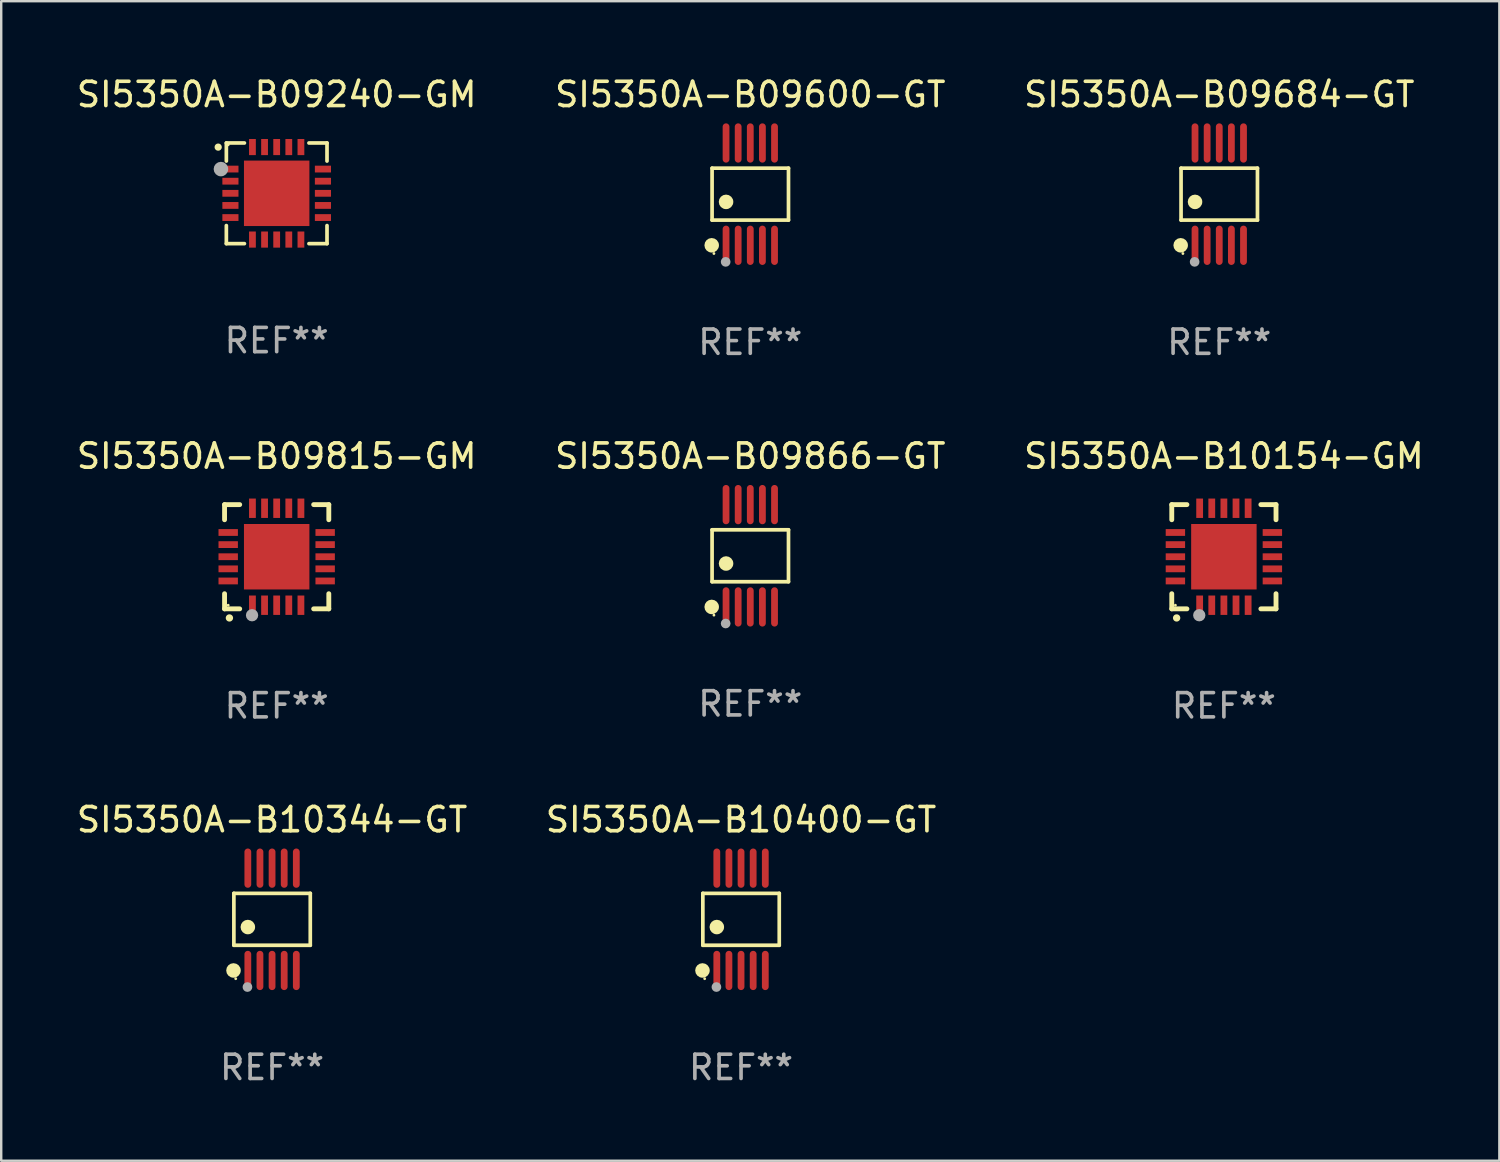
<source format=kicad_pcb>
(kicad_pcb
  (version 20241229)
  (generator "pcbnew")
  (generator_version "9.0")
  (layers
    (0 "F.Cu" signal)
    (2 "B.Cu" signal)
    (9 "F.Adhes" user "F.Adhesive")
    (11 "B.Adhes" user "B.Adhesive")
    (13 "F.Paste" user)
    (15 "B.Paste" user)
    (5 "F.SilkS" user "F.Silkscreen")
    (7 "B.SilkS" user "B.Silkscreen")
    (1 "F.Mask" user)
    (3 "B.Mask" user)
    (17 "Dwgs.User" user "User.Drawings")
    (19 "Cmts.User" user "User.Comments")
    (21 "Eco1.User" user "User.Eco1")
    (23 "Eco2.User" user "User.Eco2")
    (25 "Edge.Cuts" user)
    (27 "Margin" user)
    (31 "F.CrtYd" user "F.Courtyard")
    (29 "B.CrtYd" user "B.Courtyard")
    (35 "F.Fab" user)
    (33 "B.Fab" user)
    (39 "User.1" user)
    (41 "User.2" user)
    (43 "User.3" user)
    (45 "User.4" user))
  (footprint "SI5350A-B09240-GM"
    (layer "F.Cu")
    (at 8.363 4.924)
    (property "Reference" "SI5350A-B09240-GM" (at 0 -4.076 0) (layer "F.SilkS") (effects (font (size 1 1) (thickness 0.15))))
    (attr through_hole)
    (fp_line (start -2.076 -2.076) (end -2.076 -1.331) (stroke (width 0.152) (type solid)) (layer "F.SilkS"))
    (fp_line (start -2.076 2.076) (end -2.076 1.331) (stroke (width 0.152) (type solid)) (layer "F.SilkS"))
    (fp_line (start -1.331 -2.076) (end -2.076 -2.076) (stroke (width 0.152) (type solid)) (layer "F.SilkS"))
    (fp_line (start -1.331 2.076) (end -2.076 2.076) (stroke (width 0.152) (type solid)) (layer "F.SilkS"))
    (fp_line (start 1.331 -2.076) (end 2.076 -2.076) (stroke (width 0.152) (type solid)) (layer "F.SilkS"))
    (fp_line (start 1.331 2.076) (end 2.076 2.076) (stroke (width 0.152) (type solid)) (layer "F.SilkS"))
    (fp_line (start 2.076 -2.076) (end 2.076 -1.331) (stroke (width 0.152) (type solid)) (layer "F.SilkS"))
    (fp_line (start 2.076 2.076) (end 2.076 1.331) (stroke (width 0.152) (type solid)) (layer "F.SilkS"))
    (fp_circle (center -2.413 -1.905) (end -2.338 -1.905) (stroke (width 0.15) (type solid)) (fill no) (layer "F.SilkS"))
    (fp_circle (center -2 -2) (end -1.97 -2) (stroke (width 0.06) (type solid)) (fill no) (layer "F.SilkS"))
    (fp_circle (center -2.3 -1) (end -2.15 -1) (stroke (width 0.3) (type solid)) (fill no) (layer "F.Fab"))
    (fp_text user "REF**" (at 0 6.076 0) (layer "F.Fab") (effects (font (size 1 1) (thickness 0.15))))
    (pad "1" smd rect (at -1.908 -1) (size 0.665 0.28) (layers "F.Cu" "F.Mask" "F.Paste"))
    (pad "2" smd rect (at -1.908 -0.5) (size 0.665 0.28) (layers "F.Cu" "F.Mask" "F.Paste"))
    (pad "3" smd rect (at -1.908 0) (size 0.665 0.28) (layers "F.Cu" "F.Mask" "F.Paste"))
    (pad "4" smd rect (at -1.908 0.5) (size 0.665 0.28) (layers "F.Cu" "F.Mask" "F.Paste"))
    (pad "5" smd rect (at -1.908 1) (size 0.665 0.28) (layers "F.Cu" "F.Mask" "F.Paste"))
    (pad "6" smd rect (at -1 1.908) (size 0.28 0.665) (layers "F.Cu" "F.Mask" "F.Paste"))
    (pad "7" smd rect (at -0.5 1.908) (size 0.28 0.665) (layers "F.Cu" "F.Mask" "F.Paste"))
    (pad "8" smd rect (at 0 1.908) (size 0.28 0.665) (layers "F.Cu" "F.Mask" "F.Paste"))
    (pad "9" smd rect (at 0.5 1.908) (size 0.28 0.665) (layers "F.Cu" "F.Mask" "F.Paste"))
    (pad "10" smd rect (at 1 1.908) (size 0.28 0.665) (layers "F.Cu" "F.Mask" "F.Paste"))
    (pad "11" smd rect (at 1.908 1) (size 0.665 0.28) (layers "F.Cu" "F.Mask" "F.Paste"))
    (pad "12" smd rect (at 1.908 0.5) (size 0.665 0.28) (layers "F.Cu" "F.Mask" "F.Paste"))
    (pad "13" smd rect (at 1.908 0) (size 0.665 0.28) (layers "F.Cu" "F.Mask" "F.Paste"))
    (pad "14" smd rect (at 1.908 -0.5) (size 0.665 0.28) (layers "F.Cu" "F.Mask" "F.Paste"))
    (pad "15" smd rect (at 1.908 -1) (size 0.665 0.28) (layers "F.Cu" "F.Mask" "F.Paste"))
    (pad "16" smd rect (at 1 -1.908) (size 0.28 0.665) (layers "F.Cu" "F.Mask" "F.Paste"))
    (pad "17" smd rect (at 0.5 -1.908) (size 0.28 0.665) (layers "F.Cu" "F.Mask" "F.Paste"))
    (pad "18" smd rect (at 0 -1.908) (size 0.28 0.665) (layers "F.Cu" "F.Mask" "F.Paste"))
    (pad "19" smd rect (at -0.5 -1.908) (size 0.28 0.665) (layers "F.Cu" "F.Mask" "F.Paste"))
    (pad "20" smd rect (at -1 -1.908) (size 0.28 0.665) (layers "F.Cu" "F.Mask" "F.Paste"))
    (pad "21" smd rect (at 0 0) (size 2.7 2.7) (layers "F.Cu" "F.Mask" "F.Paste")))
  (footprint "SI5350A-B10344-GT"
    (layer "F.Cu")
    (at 8.173 34.871)
    (property "Reference" "SI5350A-B10344-GT" (at 0 -4.11 0) (layer "F.SilkS") (effects (font (size 1 1) (thickness 0.15))))
    (attr through_hole)
    (fp_line (start -1.576 -1.071) (end 1.576 -1.071) (stroke (width 0.152) (type solid)) (layer "F.SilkS"))
    (fp_line (start -1.576 1.071) (end -1.576 -1.071) (stroke (width 0.152) (type solid)) (layer "F.SilkS"))
    (fp_line (start 1.576 -1.071) (end 1.576 1.071) (stroke (width 0.152) (type solid)) (layer "F.SilkS"))
    (fp_line (start 1.576 1.071) (end -1.576 1.071) (stroke (width 0.152) (type solid)) (layer "F.SilkS"))
    (fp_circle (center -1.592 2.11) (end -1.442 2.11) (stroke (width 0.3) (type solid)) (fill no) (layer "F.SilkS"))
    (fp_circle (center -1.5 2.45) (end -1.47 2.45) (stroke (width 0.06) (type solid)) (fill no) (layer "F.SilkS"))
    (fp_circle (center -1 0.319) (end -0.85 0.319) (stroke (width 0.3) (type solid)) (fill no) (layer "F.SilkS"))
    (fp_circle (center -1.016 2.794) (end -0.916 2.794) (stroke (width 0.2) (type solid)) (fill no) (layer "F.Fab"))
    (fp_text user "REF**" (at 0 6.11 0) (layer "F.Fab") (effects (font (size 1 1) (thickness 0.15))))
    (pad "1" smd oval (at -1 2.11) (size 0.28 1.62) (layers "F.Cu" "F.Mask" "F.Paste"))
    (pad "2" smd oval (at -0.5 2.11) (size 0.28 1.62) (layers "F.Cu" "F.Mask" "F.Paste"))
    (pad "3" smd oval (at 0 2.11) (size 0.28 1.62) (layers "F.Cu" "F.Mask" "F.Paste"))
    (pad "4" smd oval (at 0.5 2.11) (size 0.28 1.62) (layers "F.Cu" "F.Mask" "F.Paste"))
    (pad "5" smd oval (at 1 2.11) (size 0.28 1.62) (layers "F.Cu" "F.Mask" "F.Paste"))
    (pad "6" smd oval (at 1 -2.11) (size 0.28 1.62) (layers "F.Cu" "F.Mask" "F.Paste"))
    (pad "7" smd oval (at 0.5 -2.11) (size 0.28 1.62) (layers "F.Cu" "F.Mask" "F.Paste"))
    (pad "8" smd oval (at 0 -2.11) (size 0.28 1.62) (layers "F.Cu" "F.Mask" "F.Paste"))
    (pad "9" smd oval (at -0.5 -2.11) (size 0.28 1.62) (layers "F.Cu" "F.Mask" "F.Paste"))
    (pad "10" smd oval (at -1 -2.11) (size 0.28 1.62) (layers "F.Cu" "F.Mask" "F.Paste")))
  (footprint "SI5350A-B10400-GT"
    (layer "F.Cu")
    (at 27.518 34.871)
    (property "Reference" "SI5350A-B10400-GT" (at 0 -4.11 0) (layer "F.SilkS") (effects (font (size 1 1) (thickness 0.15))))
    (attr through_hole)
    (fp_line (start -1.576 -1.071) (end 1.576 -1.071) (stroke (width 0.152) (type solid)) (layer "F.SilkS"))
    (fp_line (start -1.576 1.071) (end -1.576 -1.071) (stroke (width 0.152) (type solid)) (layer "F.SilkS"))
    (fp_line (start 1.576 -1.071) (end 1.576 1.071) (stroke (width 0.152) (type solid)) (layer "F.SilkS"))
    (fp_line (start 1.576 1.071) (end -1.576 1.071) (stroke (width 0.152) (type solid)) (layer "F.SilkS"))
    (fp_circle (center -1.592 2.11) (end -1.442 2.11) (stroke (width 0.3) (type solid)) (fill no) (layer "F.SilkS"))
    (fp_circle (center -1.5 2.45) (end -1.47 2.45) (stroke (width 0.06) (type solid)) (fill no) (layer "F.SilkS"))
    (fp_circle (center -1 0.319) (end -0.85 0.319) (stroke (width 0.3) (type solid)) (fill no) (layer "F.SilkS"))
    (fp_circle (center -1.016 2.794) (end -0.916 2.794) (stroke (width 0.2) (type solid)) (fill no) (layer "F.Fab"))
    (fp_text user "REF**" (at 0 6.11 0) (layer "F.Fab") (effects (font (size 1 1) (thickness 0.15))))
    (pad "1" smd oval (at -1 2.11) (size 0.28 1.62) (layers "F.Cu" "F.Mask" "F.Paste"))
    (pad "2" smd oval (at -0.5 2.11) (size 0.28 1.62) (layers "F.Cu" "F.Mask" "F.Paste"))
    (pad "3" smd oval (at 0 2.11) (size 0.28 1.62) (layers "F.Cu" "F.Mask" "F.Paste"))
    (pad "4" smd oval (at 0.5 2.11) (size 0.28 1.62) (layers "F.Cu" "F.Mask" "F.Paste"))
    (pad "5" smd oval (at 1 2.11) (size 0.28 1.62) (layers "F.Cu" "F.Mask" "F.Paste"))
    (pad "6" smd oval (at 1 -2.11) (size 0.28 1.62) (layers "F.Cu" "F.Mask" "F.Paste"))
    (pad "7" smd oval (at 0.5 -2.11) (size 0.28 1.62) (layers "F.Cu" "F.Mask" "F.Paste"))
    (pad "8" smd oval (at 0 -2.11) (size 0.28 1.62) (layers "F.Cu" "F.Mask" "F.Paste"))
    (pad "9" smd oval (at -0.5 -2.11) (size 0.28 1.62) (layers "F.Cu" "F.Mask" "F.Paste"))
    (pad "10" smd oval (at -1 -2.11) (size 0.28 1.62) (layers "F.Cu" "F.Mask" "F.Paste")))
  (footprint "SI5350A-B09815-GM"
    (layer "F.Cu")
    (at 8.363 19.915)
    (property "Reference" "SI5350A-B09815-GM" (at 0 -4.15 0) (layer "F.SilkS") (effects (font (size 1 1) (thickness 0.15))))
    (attr through_hole)
    (fp_line (start -2.15 -2.15) (end -2.15 -1.525) (stroke (width 0.2) (type solid)) (layer "F.SilkS"))
    (fp_line (start -2.15 2.15) (end -2.15 1.525) (stroke (width 0.2) (type solid)) (layer "F.SilkS"))
    (fp_line (start -1.525 -2.15) (end -2.15 -2.15) (stroke (width 0.2) (type solid)) (layer "F.SilkS"))
    (fp_line (start -1.525 2.15) (end -2.15 2.15) (stroke (width 0.2) (type solid)) (layer "F.SilkS"))
    (fp_line (start 1.525 2.15) (end 2.15 2.15) (stroke (width 0.2) (type solid)) (layer "F.SilkS"))
    (fp_line (start 2.15 -2.15) (end 1.525 -2.15) (stroke (width 0.2) (type solid)) (layer "F.SilkS"))
    (fp_line (start 2.15 -1.525) (end 2.15 -2.15) (stroke (width 0.2) (type solid)) (layer "F.SilkS"))
    (fp_line (start 2.15 2.15) (end 2.15 1.525) (stroke (width 0.2) (type solid)) (layer "F.SilkS"))
    (fp_arc (start -1.950724 2.524765) (mid -1.949454 2.52476) (end -1.948184 2.524765) (stroke (width 0.3) (type solid)) (layer "F.SilkS"))
    (fp_circle (center -2 2) (end -1.97 2) (stroke (width 0.06) (type solid)) (fill no) (layer "F.SilkS"))
    (fp_circle (center -1.016 2.413) (end -0.889 2.413) (stroke (width 0.254) (type solid)) (fill no) (layer "F.Fab"))
    (fp_text user "REF**" (at 0 6.15 0) (layer "F.Fab") (effects (font (size 1 1) (thickness 0.15))))
    (pad "1" smd rect (at -1 2) (size 0.28 0.8) (layers "F.Cu" "F.Mask" "F.Paste"))
    (pad "2" smd rect (at -0.5 2) (size 0.28 0.8) (layers "F.Cu" "F.Mask" "F.Paste"))
    (pad "3" smd rect (at 0 2) (size 0.28 0.8) (layers "F.Cu" "F.Mask" "F.Paste"))
    (pad "4" smd rect (at 0.5 2) (size 0.28 0.8) (layers "F.Cu" "F.Mask" "F.Paste"))
    (pad "5" smd rect (at 1 2) (size 0.28 0.8) (layers "F.Cu" "F.Mask" "F.Paste"))
    (pad "6" smd rect (at 2 1) (size 0.8 0.28) (layers "F.Cu" "F.Mask" "F.Paste"))
    (pad "7" smd rect (at 2 0.5) (size 0.8 0.28) (layers "F.Cu" "F.Mask" "F.Paste"))
    (pad "8" smd rect (at 2 0) (size 0.8 0.28) (layers "F.Cu" "F.Mask" "F.Paste"))
    (pad "9" smd rect (at 2 -0.5) (size 0.8 0.28) (layers "F.Cu" "F.Mask" "F.Paste"))
    (pad "10" smd rect (at 2 -1) (size 0.8 0.28) (layers "F.Cu" "F.Mask" "F.Paste"))
    (pad "11" smd rect (at 1 -2) (size 0.28 0.8) (layers "F.Cu" "F.Mask" "F.Paste"))
    (pad "12" smd rect (at 0.5 -2) (size 0.28 0.8) (layers "F.Cu" "F.Mask" "F.Paste"))
    (pad "13" smd rect (at 0 -2) (size 0.28 0.8) (layers "F.Cu" "F.Mask" "F.Paste"))
    (pad "14" smd rect (at -0.5 -2) (size 0.28 0.8) (layers "F.Cu" "F.Mask" "F.Paste"))
    (pad "15" smd rect (at -1 -2) (size 0.28 0.8) (layers "F.Cu" "F.Mask" "F.Paste"))
    (pad "16" smd rect (at -2 -1) (size 0.8 0.28) (layers "F.Cu" "F.Mask" "F.Paste"))
    (pad "17" smd rect (at -2 -0.5) (size 0.8 0.28) (layers "F.Cu" "F.Mask" "F.Paste"))
    (pad "18" smd rect (at -2 0) (size 0.8 0.28) (layers "F.Cu" "F.Mask" "F.Paste"))
    (pad "19" smd rect (at -2 0.5) (size 0.8 0.28) (layers "F.Cu" "F.Mask" "F.Paste"))
    (pad "20" smd rect (at -2 1) (size 0.8 0.28) (layers "F.Cu" "F.Mask" "F.Paste"))
    (pad "21" smd rect (at 0 0) (size 2.7 2.7) (layers "F.Cu" "F.Mask" "F.Paste")))
  (footprint "SI5350A-B09866-GT"
    (layer "F.Cu")
    (at 27.899 19.875)
    (property "Reference" "SI5350A-B09866-GT" (at 0 -4.11 0) (layer "F.SilkS") (effects (font (size 1 1) (thickness 0.15))))
    (attr through_hole)
    (fp_line (start -1.576 -1.071) (end 1.576 -1.071) (stroke (width 0.152) (type solid)) (layer "F.SilkS"))
    (fp_line (start -1.576 1.071) (end -1.576 -1.071) (stroke (width 0.152) (type solid)) (layer "F.SilkS"))
    (fp_line (start 1.576 -1.071) (end 1.576 1.071) (stroke (width 0.152) (type solid)) (layer "F.SilkS"))
    (fp_line (start 1.576 1.071) (end -1.576 1.071) (stroke (width 0.152) (type solid)) (layer "F.SilkS"))
    (fp_circle (center -1.592 2.11) (end -1.442 2.11) (stroke (width 0.3) (type solid)) (fill no) (layer "F.SilkS"))
    (fp_circle (center -1.5 2.45) (end -1.47 2.45) (stroke (width 0.06) (type solid)) (fill no) (layer "F.SilkS"))
    (fp_circle (center -1 0.319) (end -0.85 0.319) (stroke (width 0.3) (type solid)) (fill no) (layer "F.SilkS"))
    (fp_circle (center -1.016 2.794) (end -0.916 2.794) (stroke (width 0.2) (type solid)) (fill no) (layer "F.Fab"))
    (fp_text user "REF**" (at 0 6.11 0) (layer "F.Fab") (effects (font (size 1 1) (thickness 0.15))))
    (pad "1" smd oval (at -1 2.11) (size 0.28 1.62) (layers "F.Cu" "F.Mask" "F.Paste"))
    (pad "2" smd oval (at -0.5 2.11) (size 0.28 1.62) (layers "F.Cu" "F.Mask" "F.Paste"))
    (pad "3" smd oval (at 0 2.11) (size 0.28 1.62) (layers "F.Cu" "F.Mask" "F.Paste"))
    (pad "4" smd oval (at 0.5 2.11) (size 0.28 1.62) (layers "F.Cu" "F.Mask" "F.Paste"))
    (pad "5" smd oval (at 1 2.11) (size 0.28 1.62) (layers "F.Cu" "F.Mask" "F.Paste"))
    (pad "6" smd oval (at 1 -2.11) (size 0.28 1.62) (layers "F.Cu" "F.Mask" "F.Paste"))
    (pad "7" smd oval (at 0.5 -2.11) (size 0.28 1.62) (layers "F.Cu" "F.Mask" "F.Paste"))
    (pad "8" smd oval (at 0 -2.11) (size 0.28 1.62) (layers "F.Cu" "F.Mask" "F.Paste"))
    (pad "9" smd oval (at -0.5 -2.11) (size 0.28 1.62) (layers "F.Cu" "F.Mask" "F.Paste"))
    (pad "10" smd oval (at -1 -2.11) (size 0.28 1.62) (layers "F.Cu" "F.Mask" "F.Paste")))
  (footprint "SI5350A-B10154-GM"
    (layer "F.Cu")
    (at 47.435 19.915)
    (property "Reference" "SI5350A-B10154-GM" (at 0 -4.15 0) (layer "F.SilkS") (effects (font (size 1 1) (thickness 0.15))))
    (attr through_hole)
    (fp_line (start -2.15 -2.15) (end -2.15 -1.525) (stroke (width 0.2) (type solid)) (layer "F.SilkS"))
    (fp_line (start -2.15 2.15) (end -2.15 1.525) (stroke (width 0.2) (type solid)) (layer "F.SilkS"))
    (fp_line (start -1.525 -2.15) (end -2.15 -2.15) (stroke (width 0.2) (type solid)) (layer "F.SilkS"))
    (fp_line (start -1.525 2.15) (end -2.15 2.15) (stroke (width 0.2) (type solid)) (layer "F.SilkS"))
    (fp_line (start 1.525 2.15) (end 2.15 2.15) (stroke (width 0.2) (type solid)) (layer "F.SilkS"))
    (fp_line (start 2.15 -2.15) (end 1.525 -2.15) (stroke (width 0.2) (type solid)) (layer "F.SilkS"))
    (fp_line (start 2.15 -1.525) (end 2.15 -2.15) (stroke (width 0.2) (type solid)) (layer "F.SilkS"))
    (fp_line (start 2.15 2.15) (end 2.15 1.525) (stroke (width 0.2) (type solid)) (layer "F.SilkS"))
    (fp_arc (start -1.950724 2.524765) (mid -1.949454 2.52476) (end -1.948184 2.524765) (stroke (width 0.3) (type solid)) (layer "F.SilkS"))
    (fp_circle (center -2 2) (end -1.97 2) (stroke (width 0.06) (type solid)) (fill no) (layer "F.SilkS"))
    (fp_circle (center -1.016 2.413) (end -0.889 2.413) (stroke (width 0.254) (type solid)) (fill no) (layer "F.Fab"))
    (fp_text user "REF**" (at 0 6.15 0) (layer "F.Fab") (effects (font (size 1 1) (thickness 0.15))))
    (pad "1" smd rect (at -1 2) (size 0.28 0.8) (layers "F.Cu" "F.Mask" "F.Paste"))
    (pad "2" smd rect (at -0.5 2) (size 0.28 0.8) (layers "F.Cu" "F.Mask" "F.Paste"))
    (pad "3" smd rect (at 0 2) (size 0.28 0.8) (layers "F.Cu" "F.Mask" "F.Paste"))
    (pad "4" smd rect (at 0.5 2) (size 0.28 0.8) (layers "F.Cu" "F.Mask" "F.Paste"))
    (pad "5" smd rect (at 1 2) (size 0.28 0.8) (layers "F.Cu" "F.Mask" "F.Paste"))
    (pad "6" smd rect (at 2 1) (size 0.8 0.28) (layers "F.Cu" "F.Mask" "F.Paste"))
    (pad "7" smd rect (at 2 0.5) (size 0.8 0.28) (layers "F.Cu" "F.Mask" "F.Paste"))
    (pad "8" smd rect (at 2 0) (size 0.8 0.28) (layers "F.Cu" "F.Mask" "F.Paste"))
    (pad "9" smd rect (at 2 -0.5) (size 0.8 0.28) (layers "F.Cu" "F.Mask" "F.Paste"))
    (pad "10" smd rect (at 2 -1) (size 0.8 0.28) (layers "F.Cu" "F.Mask" "F.Paste"))
    (pad "11" smd rect (at 1 -2) (size 0.28 0.8) (layers "F.Cu" "F.Mask" "F.Paste"))
    (pad "12" smd rect (at 0.5 -2) (size 0.28 0.8) (layers "F.Cu" "F.Mask" "F.Paste"))
    (pad "13" smd rect (at 0 -2) (size 0.28 0.8) (layers "F.Cu" "F.Mask" "F.Paste"))
    (pad "14" smd rect (at -0.5 -2) (size 0.28 0.8) (layers "F.Cu" "F.Mask" "F.Paste"))
    (pad "15" smd rect (at -1 -2) (size 0.28 0.8) (layers "F.Cu" "F.Mask" "F.Paste"))
    (pad "16" smd rect (at -2 -1) (size 0.8 0.28) (layers "F.Cu" "F.Mask" "F.Paste"))
    (pad "17" smd rect (at -2 -0.5) (size 0.8 0.28) (layers "F.Cu" "F.Mask" "F.Paste"))
    (pad "18" smd rect (at -2 0) (size 0.8 0.28) (layers "F.Cu" "F.Mask" "F.Paste"))
    (pad "19" smd rect (at -2 0.5) (size 0.8 0.28) (layers "F.Cu" "F.Mask" "F.Paste"))
    (pad "20" smd rect (at -2 1) (size 0.8 0.28) (layers "F.Cu" "F.Mask" "F.Paste"))
    (pad "21" smd rect (at 0 0) (size 2.7 2.7) (layers "F.Cu" "F.Mask" "F.Paste")))
  (footprint "SI5350A-B09600-GT"
    (layer "F.Cu")
    (at 27.899 4.958)
    (property "Reference" "SI5350A-B09600-GT" (at 0 -4.11 0) (layer "F.SilkS") (effects (font (size 1 1) (thickness 0.15))))
    (attr through_hole)
    (fp_line (start -1.576 -1.071) (end 1.576 -1.071) (stroke (width 0.152) (type solid)) (layer "F.SilkS"))
    (fp_line (start -1.576 1.071) (end -1.576 -1.071) (stroke (width 0.152) (type solid)) (layer "F.SilkS"))
    (fp_line (start 1.576 -1.071) (end 1.576 1.071) (stroke (width 0.152) (type solid)) (layer "F.SilkS"))
    (fp_line (start 1.576 1.071) (end -1.576 1.071) (stroke (width 0.152) (type solid)) (layer "F.SilkS"))
    (fp_circle (center -1.592 2.11) (end -1.442 2.11) (stroke (width 0.3) (type solid)) (fill no) (layer "F.SilkS"))
    (fp_circle (center -1.5 2.45) (end -1.47 2.45) (stroke (width 0.06) (type solid)) (fill no) (layer "F.SilkS"))
    (fp_circle (center -1 0.319) (end -0.85 0.319) (stroke (width 0.3) (type solid)) (fill no) (layer "F.SilkS"))
    (fp_circle (center -1.016 2.794) (end -0.916 2.794) (stroke (width 0.2) (type solid)) (fill no) (layer "F.Fab"))
    (fp_text user "REF**" (at 0 6.11 0) (layer "F.Fab") (effects (font (size 1 1) (thickness 0.15))))
    (pad "1" smd oval (at -1 2.11) (size 0.28 1.62) (layers "F.Cu" "F.Mask" "F.Paste"))
    (pad "2" smd oval (at -0.5 2.11) (size 0.28 1.62) (layers "F.Cu" "F.Mask" "F.Paste"))
    (pad "3" smd oval (at 0 2.11) (size 0.28 1.62) (layers "F.Cu" "F.Mask" "F.Paste"))
    (pad "4" smd oval (at 0.5 2.11) (size 0.28 1.62) (layers "F.Cu" "F.Mask" "F.Paste"))
    (pad "5" smd oval (at 1 2.11) (size 0.28 1.62) (layers "F.Cu" "F.Mask" "F.Paste"))
    (pad "6" smd oval (at 1 -2.11) (size 0.28 1.62) (layers "F.Cu" "F.Mask" "F.Paste"))
    (pad "7" smd oval (at 0.5 -2.11) (size 0.28 1.62) (layers "F.Cu" "F.Mask" "F.Paste"))
    (pad "8" smd oval (at 0 -2.11) (size 0.28 1.62) (layers "F.Cu" "F.Mask" "F.Paste"))
    (pad "9" smd oval (at -0.5 -2.11) (size 0.28 1.62) (layers "F.Cu" "F.Mask" "F.Paste"))
    (pad "10" smd oval (at -1 -2.11) (size 0.28 1.62) (layers "F.Cu" "F.Mask" "F.Paste")))
  (footprint "SI5350A-B09684-GT"
    (layer "F.Cu")
    (at 47.244 4.958)
    (property "Reference" "SI5350A-B09684-GT" (at 0 -4.11 0) (layer "F.SilkS") (effects (font (size 1 1) (thickness 0.15))))
    (attr through_hole)
    (fp_line (start -1.576 -1.071) (end 1.576 -1.071) (stroke (width 0.152) (type solid)) (layer "F.SilkS"))
    (fp_line (start -1.576 1.071) (end -1.576 -1.071) (stroke (width 0.152) (type solid)) (layer "F.SilkS"))
    (fp_line (start 1.576 -1.071) (end 1.576 1.071) (stroke (width 0.152) (type solid)) (layer "F.SilkS"))
    (fp_line (start 1.576 1.071) (end -1.576 1.071) (stroke (width 0.152) (type solid)) (layer "F.SilkS"))
    (fp_circle (center -1.592 2.11) (end -1.442 2.11) (stroke (width 0.3) (type solid)) (fill no) (layer "F.SilkS"))
    (fp_circle (center -1.5 2.45) (end -1.47 2.45) (stroke (width 0.06) (type solid)) (fill no) (layer "F.SilkS"))
    (fp_circle (center -1 0.319) (end -0.85 0.319) (stroke (width 0.3) (type solid)) (fill no) (layer "F.SilkS"))
    (fp_circle (center -1.016 2.794) (end -0.916 2.794) (stroke (width 0.2) (type solid)) (fill no) (layer "F.Fab"))
    (fp_text user "REF**" (at 0 6.11 0) (layer "F.Fab") (effects (font (size 1 1) (thickness 0.15))))
    (pad "1" smd oval (at -1 2.11) (size 0.28 1.62) (layers "F.Cu" "F.Mask" "F.Paste"))
    (pad "2" smd oval (at -0.5 2.11) (size 0.28 1.62) (layers "F.Cu" "F.Mask" "F.Paste"))
    (pad "3" smd oval (at 0 2.11) (size 0.28 1.62) (layers "F.Cu" "F.Mask" "F.Paste"))
    (pad "4" smd oval (at 0.5 2.11) (size 0.28 1.62) (layers "F.Cu" "F.Mask" "F.Paste"))
    (pad "5" smd oval (at 1 2.11) (size 0.28 1.62) (layers "F.Cu" "F.Mask" "F.Paste"))
    (pad "6" smd oval (at 1 -2.11) (size 0.28 1.62) (layers "F.Cu" "F.Mask" "F.Paste"))
    (pad "7" smd oval (at 0.5 -2.11) (size 0.28 1.62) (layers "F.Cu" "F.Mask" "F.Paste"))
    (pad "8" smd oval (at 0 -2.11) (size 0.28 1.62) (layers "F.Cu" "F.Mask" "F.Paste"))
    (pad "9" smd oval (at -0.5 -2.11) (size 0.28 1.62) (layers "F.Cu" "F.Mask" "F.Paste"))
    (pad "10" smd oval (at -1 -2.11) (size 0.28 1.62) (layers "F.Cu" "F.Mask" "F.Paste")))
  (gr_rect
    (start -3 -3)
    (end 58.798 44.829)
    (stroke (width 0.1) (type default))
    (fill no)
    (layer "Edge.Cuts")))
</source>
